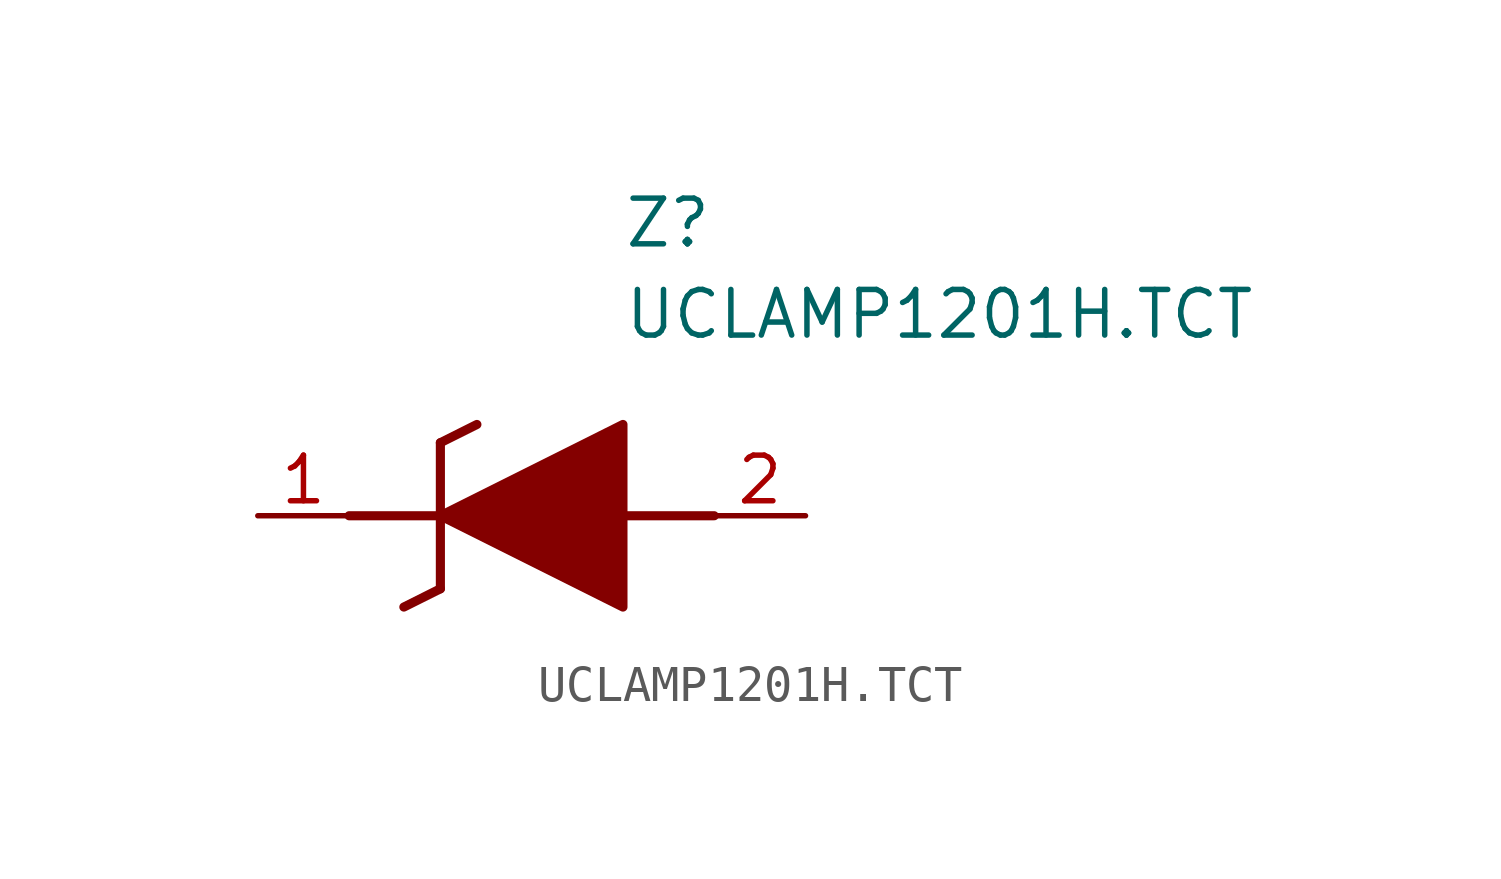
<source format=kicad_sym>
(kicad_symbol_lib
  (version 20211014)
  (generator SamacSys_ECAD_Model)
  (symbol "UCLAMP1201H.TCT"
    (pin_names hide)
    (property "Reference" "Z"
      (at 10.16 8.89 0)
      (effects (font (size 1.27 1.27)) (justify left top)))
    (property "Value" "UCLAMP1201H.TCT"
      (at 10.16 6.35 0)
      (effects (font (size 1.27 1.27)) (justify left top)))
    (polyline
      (pts (xy 5.08 2.032) (xy 5.08 -2.032))
      (stroke (width 0.254) (type default))
      (fill (type none)))
    (polyline
      (pts (xy 5.08 2.032) (xy 6.096 2.54))
      (stroke (width 0.254) (type default))
      (fill (type none)))
    (polyline
      (pts (xy 4.064 -2.54) (xy 5.08 -2.032))
      (stroke (width 0.254) (type default))
      (fill (type none)))
    (polyline
      (pts (xy 2.54 0) (xy 5.08 0))
      (stroke (width 0.254) (type default))
      (fill (type none)))
    (polyline
      (pts (xy 12.7 0) (xy 10.16 0))
      (stroke (width 0.254) (type default))
      (fill (type none)))
    (polyline
      (pts (xy 5.08 0) (xy 10.16 2.54) (xy 10.16 -2.54) (xy 5.08 0))
      (stroke (width 0.254) (type default))
      (fill (type outline)))
    (pin passive line
      (at 0 0 0)
      (length 2.54)
      (name "K" (effects (font (size 1.27 1.27))))
      (number "1" (effects (font (size 1.27 1.27)))))
    (pin passive line
      (at 15.24 0 180)
      (length 2.54)
      (name "A" (effects (font (size 1.27 1.27))))
      (number "2" (effects (font (size 1.27 1.27)))))))
</source>
